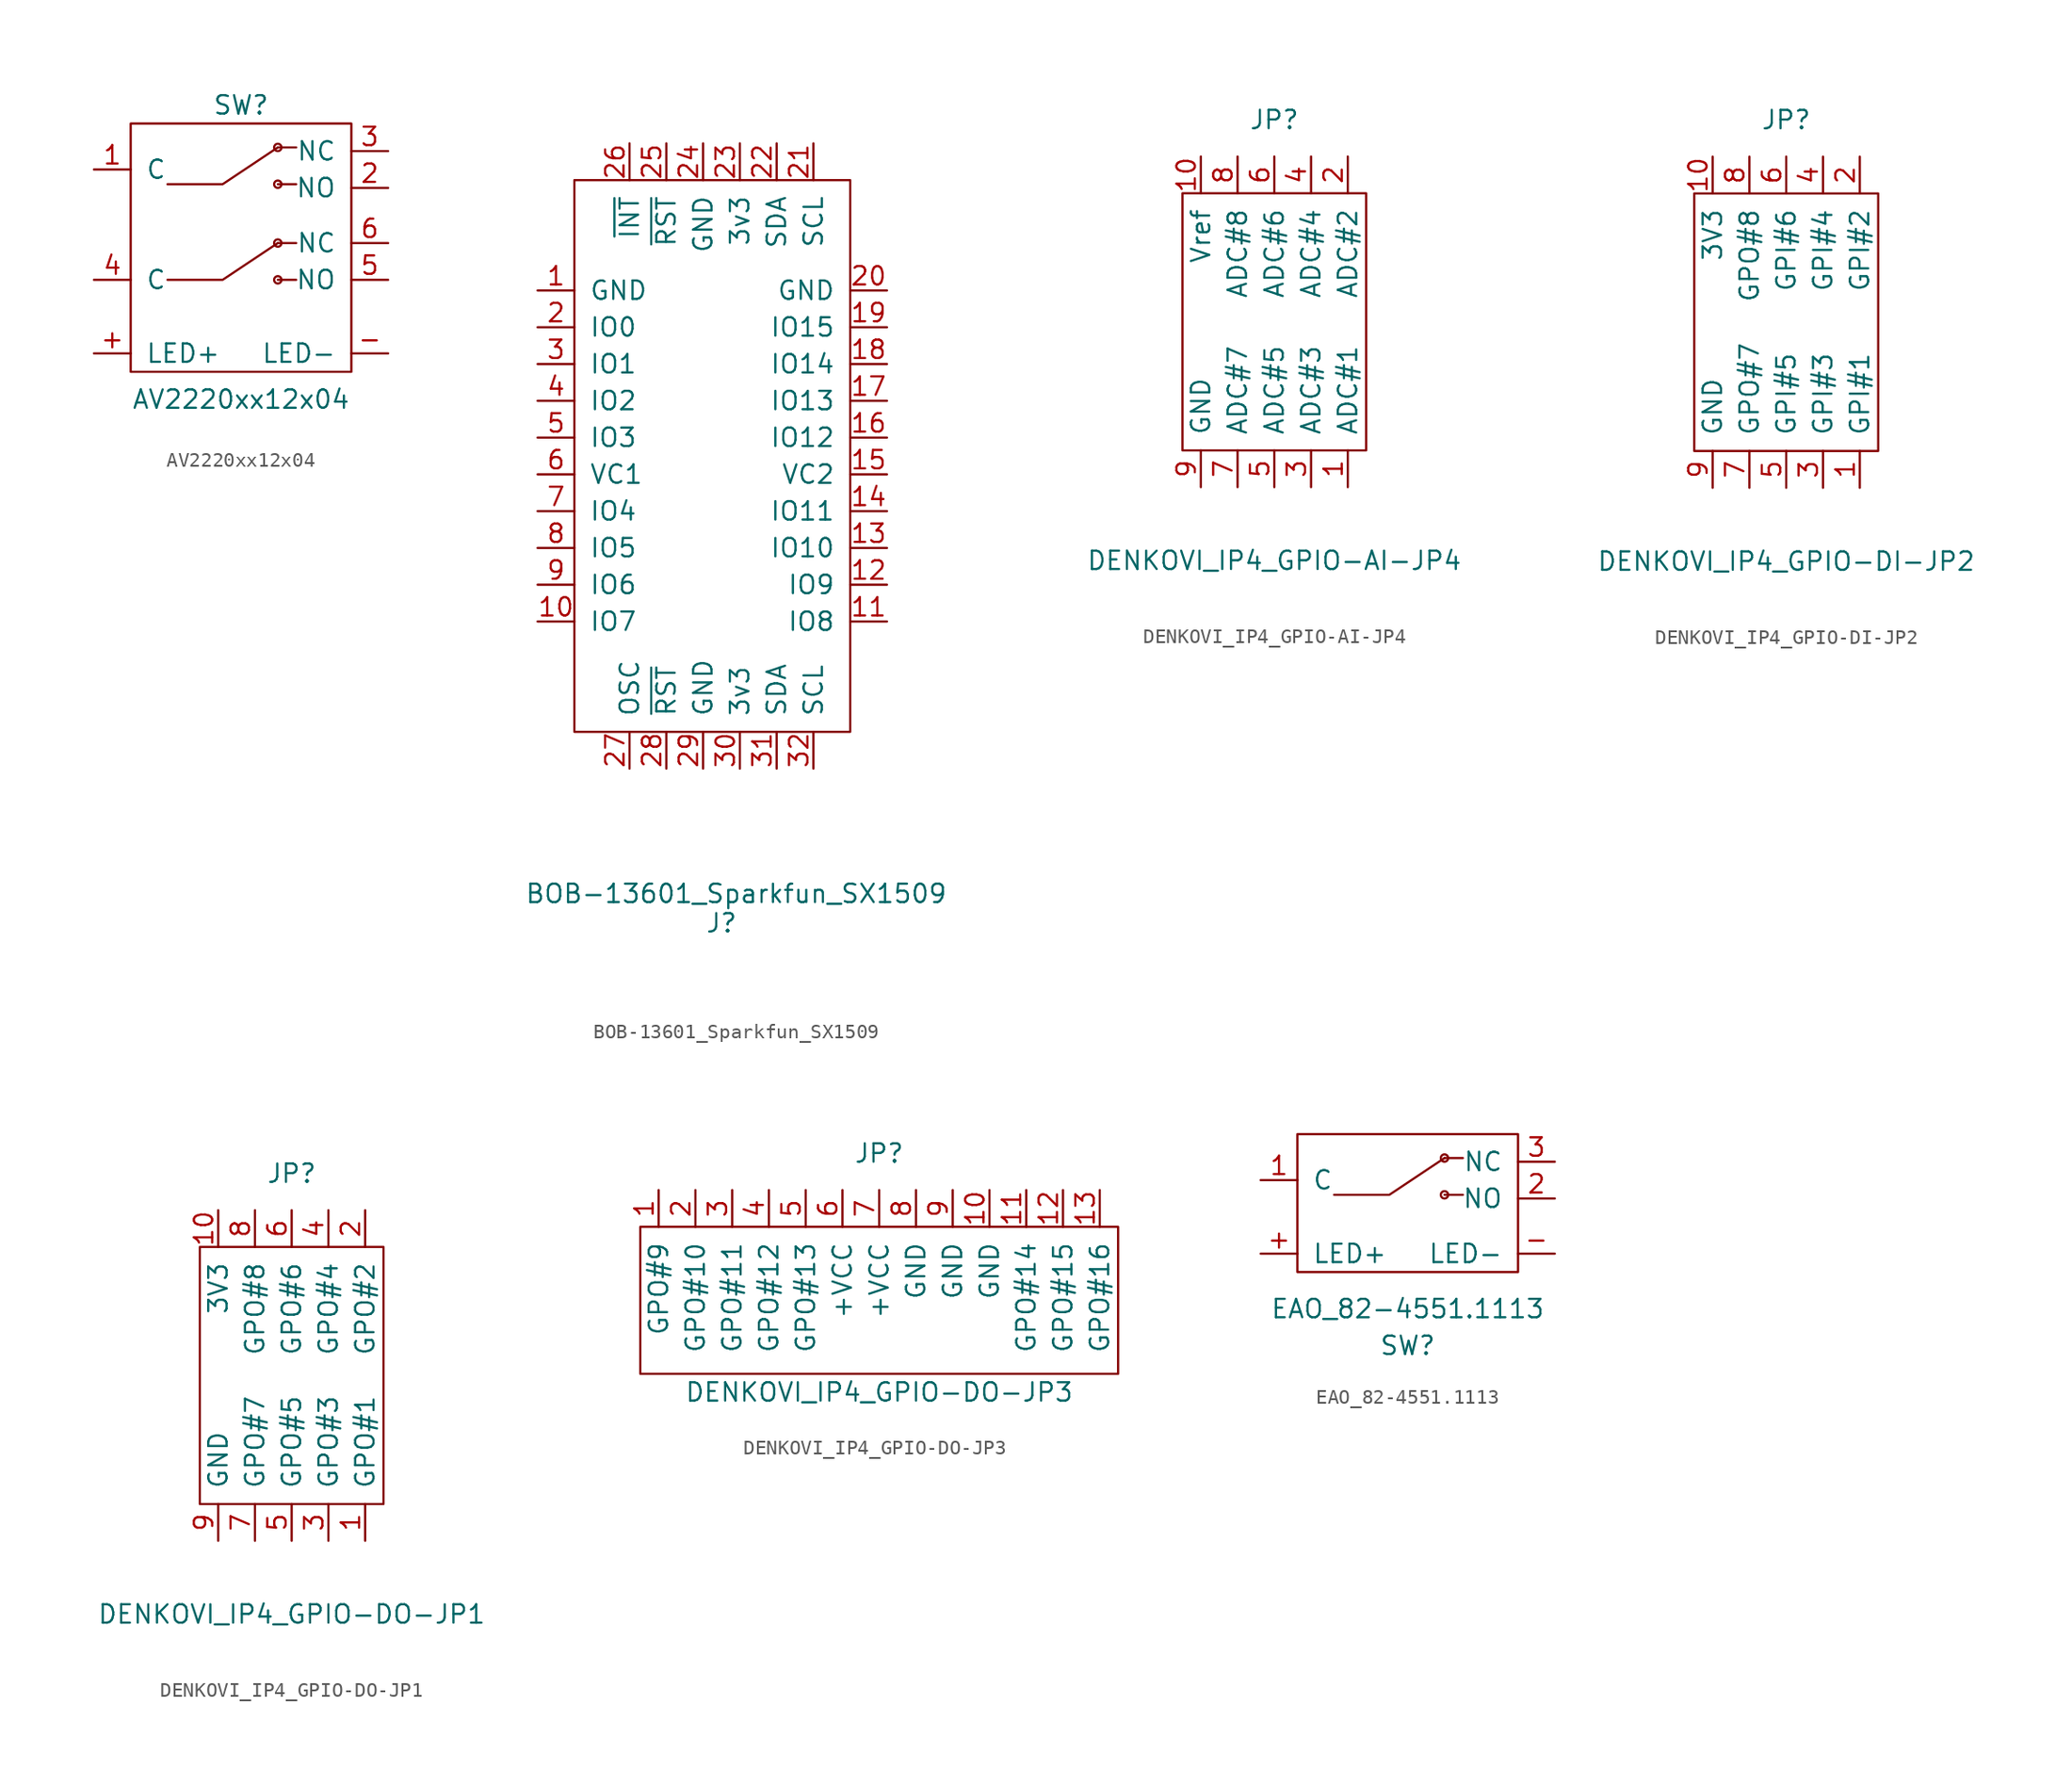
<source format=kicad_sym>
(kicad_symbol_lib
  (version 20211014)
  (generator kicad_symbol_editor)
  (symbol "AV2220xx12x04"
    (pin_names
      (offset 1.016))
    (property "Reference" "SW"
      (at 0 10.795 0)
      (effects (font (size 1.27 1.27))))
    (property "Value" "AV2220xx12x04"
      (at 0 -9.525 0)
      (effects (font (size 1.27 1.27))))
    (symbol "AV2220xx12x04_0_1"
      (rectangle (start -7.62 9.525) (end 7.62 -7.62) (stroke (width 0) (type default) (color 0 0 0 0)) (fill (type none)))
      (polyline (pts (xy 2.54 5.334) (xy 3.81 5.334)) (stroke (width 0) (type default) (color 0 0 0 0)) (fill (type none)))
      (polyline (pts (xy 2.54 7.874) (xy 3.81 7.874)) (stroke (width 0) (type default) (color 0 0 0 0)) (fill (type none)))
      (polyline (pts (xy -5.08 5.334) (xy -1.27 5.334) (xy 2.54 7.874)) (stroke (width 0) (type default) (color 0 0 0 0)) (fill (type none)))
      (circle (center 2.54 5.334) (radius 0.254) (stroke (width 0) (type default) (color 0 0 0 0)) (fill (type none)))
      (circle (center 2.54 7.874) (radius 0.254) (stroke (width 0) (type default) (color 0 0 0 0)) (fill (type none))))
    (symbol "AV2220xx12x04_1_1"
      (polyline (pts (xy 2.54 -1.27) (xy 3.81 -1.27)) (stroke (width 0) (type default) (color 0 0 0 0)) (fill (type none)))
      (polyline (pts (xy 2.54 1.27) (xy 3.81 1.27)) (stroke (width 0) (type default) (color 0 0 0 0)) (fill (type none)))
      (polyline (pts (xy -5.08 -1.27) (xy -1.27 -1.27) (xy 2.54 1.27)) (stroke (width 0) (type default) (color 0 0 0 0)) (fill (type none)))
      (circle (center 2.54 -1.27) (radius 0.254) (stroke (width 0) (type default) (color 0 0 0 0)) (fill (type none)))
      (circle (center 2.54 1.27) (radius 0.254) (stroke (width 0) (type default) (color 0 0 0 0)) (fill (type none)))
      (pin input line (at -10.16 -6.35 0) (length 2.54) (name "LED+" (effects (font (size 1.27 1.27)))) (number "+" (effects (font (size 1.27 1.27)))))
      (pin input line (at 10.16 -6.35 180) (length 2.54) (name "LED-" (effects (font (size 1.27 1.27)))) (number "-" (effects (font (size 1.27 1.27)))))
      (pin input line (at -10.16 6.35 0) (length 2.54) (name "C" (effects (font (size 1.27 1.27)))) (number "1" (effects (font (size 1.27 1.27)))))
      (pin input line (at 10.16 5.08 180) (length 2.54) (name "NO" (effects (font (size 1.27 1.27)))) (number "2" (effects (font (size 1.27 1.27)))))
      (pin input line (at 10.16 7.62 180) (length 2.54) (name "NC" (effects (font (size 1.27 1.27)))) (number "3" (effects (font (size 1.27 1.27)))))
      (pin input line (at -10.16 -1.27 0) (length 2.54) (name "C" (effects (font (size 1.27 1.27)))) (number "4" (effects (font (size 1.27 1.27)))))
      (pin input line (at 10.16 -1.27 180) (length 2.54) (name "NO" (effects (font (size 1.27 1.27)))) (number "5" (effects (font (size 1.27 1.27)))))
      (pin input line (at 10.16 1.27 180) (length 2.54) (name "NC" (effects (font (size 1.27 1.27)))) (number "6" (effects (font (size 1.27 1.27)))))))
  (symbol "BOB-13601_Sparkfun_SX1509"
    (pin_names
      (offset 1.016))
    (property "Reference" "J"
      (at 0 -32.258 0)
      (effects (font (size 1.27 1.27))))
    (property "Value" "BOB-13601_Sparkfun_SX1509"
      (at 1.016 -30.226 0)
      (effects (font (size 1.27 1.27))))
    (symbol "BOB-13601_Sparkfun_SX1509_0_1"
      (rectangle (start -10.16 19.05) (end 8.89 -19.05) (stroke (width 0) (type default) (color 0 0 0 0)) (fill (type none))))
    (symbol "BOB-13601_Sparkfun_SX1509_1_1"
      (pin input line (at -12.7 11.43 0) (length 2.54) (name "GND" (effects (font (size 1.27 1.27)))) (number "1" (effects (font (size 1.27 1.27)))))
      (pin input line (at -12.7 -11.43 0) (length 2.54) (name "IO7" (effects (font (size 1.27 1.27)))) (number "10" (effects (font (size 1.27 1.27)))))
      (pin input line (at 11.43 -11.43 180) (length 2.54) (name "IO8" (effects (font (size 1.27 1.27)))) (number "11" (effects (font (size 1.27 1.27)))))
      (pin input line (at 11.43 -8.89 180) (length 2.54) (name "IO9" (effects (font (size 1.27 1.27)))) (number "12" (effects (font (size 1.27 1.27)))))
      (pin input line (at 11.43 -6.35 180) (length 2.54) (name "IO10" (effects (font (size 1.27 1.27)))) (number "13" (effects (font (size 1.27 1.27)))))
      (pin input line (at 11.43 -3.81 180) (length 2.54) (name "IO11" (effects (font (size 1.27 1.27)))) (number "14" (effects (font (size 1.27 1.27)))))
      (pin input line (at 11.43 -1.27 180) (length 2.54) (name "VC2" (effects (font (size 1.27 1.27)))) (number "15" (effects (font (size 1.27 1.27)))))
      (pin input line (at 11.43 1.27 180) (length 2.54) (name "IO12" (effects (font (size 1.27 1.27)))) (number "16" (effects (font (size 1.27 1.27)))))
      (pin input line (at 11.43 3.81 180) (length 2.54) (name "IO13" (effects (font (size 1.27 1.27)))) (number "17" (effects (font (size 1.27 1.27)))))
      (pin input line (at 11.43 6.35 180) (length 2.54) (name "IO14" (effects (font (size 1.27 1.27)))) (number "18" (effects (font (size 1.27 1.27)))))
      (pin input line (at 11.43 8.89 180) (length 2.54) (name "IO15" (effects (font (size 1.27 1.27)))) (number "19" (effects (font (size 1.27 1.27)))))
      (pin input line (at -12.7 8.89 0) (length 2.54) (name "IO0" (effects (font (size 1.27 1.27)))) (number "2" (effects (font (size 1.27 1.27)))))
      (pin input line (at 11.43 11.43 180) (length 2.54) (name "GND" (effects (font (size 1.27 1.27)))) (number "20" (effects (font (size 1.27 1.27)))))
      (pin input line (at 6.35 21.59 270) (length 2.54) (name "SCL" (effects (font (size 1.27 1.27)))) (number "21" (effects (font (size 1.27 1.27)))))
      (pin input line (at 3.81 21.59 270) (length 2.54) (name "SDA" (effects (font (size 1.27 1.27)))) (number "22" (effects (font (size 1.27 1.27)))))
      (pin input line (at 1.27 21.59 270) (length 2.54) (name "3v3" (effects (font (size 1.27 1.27)))) (number "23" (effects (font (size 1.27 1.27)))))
      (pin input line (at -1.27 21.59 270) (length 2.54) (name "GND" (effects (font (size 1.27 1.27)))) (number "24" (effects (font (size 1.27 1.27)))))
      (pin input line (at -3.81 21.59 270) (length 2.54) (name "~{RST}" (effects (font (size 1.27 1.27)))) (number "25" (effects (font (size 1.27 1.27)))))
      (pin input line (at -6.35 21.59 270) (length 2.54) (name "~{INT}" (effects (font (size 1.27 1.27)))) (number "26" (effects (font (size 1.27 1.27)))))
      (pin input line (at -6.35 -21.59 90) (length 2.54) (name "OSC" (effects (font (size 1.27 1.27)))) (number "27" (effects (font (size 1.27 1.27)))))
      (pin input line (at -3.81 -21.59 90) (length 2.54) (name "~{RST}" (effects (font (size 1.27 1.27)))) (number "28" (effects (font (size 1.27 1.27)))))
      (pin input line (at -1.27 -21.59 90) (length 2.54) (name "GND" (effects (font (size 1.27 1.27)))) (number "29" (effects (font (size 1.27 1.27)))))
      (pin input line (at -12.7 6.35 0) (length 2.54) (name "IO1" (effects (font (size 1.27 1.27)))) (number "3" (effects (font (size 1.27 1.27)))))
      (pin input line (at 1.27 -21.59 90) (length 2.54) (name "3v3" (effects (font (size 1.27 1.27)))) (number "30" (effects (font (size 1.27 1.27)))))
      (pin input line (at 3.81 -21.59 90) (length 2.54) (name "SDA" (effects (font (size 1.27 1.27)))) (number "31" (effects (font (size 1.27 1.27)))))
      (pin input line (at 6.35 -21.59 90) (length 2.54) (name "SCL" (effects (font (size 1.27 1.27)))) (number "32" (effects (font (size 1.27 1.27)))))
      (pin input line (at -12.7 3.81 0) (length 2.54) (name "IO2" (effects (font (size 1.27 1.27)))) (number "4" (effects (font (size 1.27 1.27)))))
      (pin input line (at -12.7 1.27 0) (length 2.54) (name "IO3" (effects (font (size 1.27 1.27)))) (number "5" (effects (font (size 1.27 1.27)))))
      (pin input line (at -12.7 -1.27 0) (length 2.54) (name "VC1" (effects (font (size 1.27 1.27)))) (number "6" (effects (font (size 1.27 1.27)))))
      (pin input line (at -12.7 -3.81 0) (length 2.54) (name "IO4" (effects (font (size 1.27 1.27)))) (number "7" (effects (font (size 1.27 1.27)))))
      (pin input line (at -12.7 -6.35 0) (length 2.54) (name "IO5" (effects (font (size 1.27 1.27)))) (number "8" (effects (font (size 1.27 1.27)))))
      (pin input line (at -12.7 -8.89 0) (length 2.54) (name "IO6" (effects (font (size 1.27 1.27)))) (number "9" (effects (font (size 1.27 1.27)))))))
  (symbol "DENKOVI_IP4_GPIO-AI-JP4"
    (pin_names
      (offset 1.016))
    (property "Reference" "JP"
      (at 0 13.97 0)
      (effects (font (size 1.27 1.27))))
    (property "Value" "DENKOVI_IP4_GPIO-AI-JP4"
      (at 0 -16.51 0)
      (effects (font (size 1.27 1.27))))
    (symbol "DENKOVI_IP4_GPIO-AI-JP4_0_1"
      (rectangle (start -6.35 8.89) (end 6.35 -8.89) (stroke (width 0) (type default) (color 0 0 0 0)) (fill (type none))))
    (symbol "DENKOVI_IP4_GPIO-AI-JP4_1_1"
      (pin output line (at 5.08 -11.43 90) (length 2.54) (name "ADC#1" (effects (font (size 1.27 1.27)))) (number "1" (effects (font (size 1.27 1.27)))))
      (pin output line (at -5.08 11.43 270) (length 2.54) (name "Vref" (effects (font (size 1.27 1.27)))) (number "10" (effects (font (size 1.27 1.27)))))
      (pin output line (at 5.08 11.43 270) (length 2.54) (name "ADC#2" (effects (font (size 1.27 1.27)))) (number "2" (effects (font (size 1.27 1.27)))))
      (pin output line (at 2.54 -11.43 90) (length 2.54) (name "ADC#3" (effects (font (size 1.27 1.27)))) (number "3" (effects (font (size 1.27 1.27)))))
      (pin output line (at 2.54 11.43 270) (length 2.54) (name "ADC#4" (effects (font (size 1.27 1.27)))) (number "4" (effects (font (size 1.27 1.27)))))
      (pin output line (at 0 -11.43 90) (length 2.54) (name "ADC#5" (effects (font (size 1.27 1.27)))) (number "5" (effects (font (size 1.27 1.27)))))
      (pin output line (at 0 11.43 270) (length 2.54) (name "ADC#6" (effects (font (size 1.27 1.27)))) (number "6" (effects (font (size 1.27 1.27)))))
      (pin output line (at -2.54 -11.43 90) (length 2.54) (name "ADC#7" (effects (font (size 1.27 1.27)))) (number "7" (effects (font (size 1.27 1.27)))))
      (pin output line (at -2.54 11.43 270) (length 2.54) (name "ADC#8" (effects (font (size 1.27 1.27)))) (number "8" (effects (font (size 1.27 1.27)))))
      (pin power_in line (at -5.08 -11.43 90) (length 2.54) (name "GND" (effects (font (size 1.27 1.27)))) (number "9" (effects (font (size 1.27 1.27)))))))
  (symbol "DENKOVI_IP4_GPIO-DI-JP2"
    (pin_names
      (offset 1.016))
    (property "Reference" "JP"
      (at 0 13.97 0)
      (effects (font (size 1.27 1.27))))
    (property "Value" "DENKOVI_IP4_GPIO-DI-JP2"
      (at 0 -16.51 0)
      (effects (font (size 1.27 1.27))))
    (symbol "DENKOVI_IP4_GPIO-DI-JP2_0_1"
      (rectangle (start -6.35 8.89) (end 6.35 -8.89) (stroke (width 0) (type default) (color 0 0 0 0)) (fill (type none))))
    (symbol "DENKOVI_IP4_GPIO-DI-JP2_1_1"
      (pin output line (at 5.08 -11.43 90) (length 2.54) (name "GPI#1" (effects (font (size 1.27 1.27)))) (number "1" (effects (font (size 1.27 1.27)))))
      (pin output line (at -5.08 11.43 270) (length 2.54) (name "3V3" (effects (font (size 1.27 1.27)))) (number "10" (effects (font (size 1.27 1.27)))))
      (pin output line (at 5.08 11.43 270) (length 2.54) (name "GPI#2" (effects (font (size 1.27 1.27)))) (number "2" (effects (font (size 1.27 1.27)))))
      (pin output line (at 2.54 -11.43 90) (length 2.54) (name "GPI#3" (effects (font (size 1.27 1.27)))) (number "3" (effects (font (size 1.27 1.27)))))
      (pin output line (at 2.54 11.43 270) (length 2.54) (name "GPI#4" (effects (font (size 1.27 1.27)))) (number "4" (effects (font (size 1.27 1.27)))))
      (pin output line (at 0 -11.43 90) (length 2.54) (name "GPI#5" (effects (font (size 1.27 1.27)))) (number "5" (effects (font (size 1.27 1.27)))))
      (pin output line (at 0 11.43 270) (length 2.54) (name "GPI#6" (effects (font (size 1.27 1.27)))) (number "6" (effects (font (size 1.27 1.27)))))
      (pin output line (at -2.54 -11.43 90) (length 2.54) (name "GPO#7" (effects (font (size 1.27 1.27)))) (number "7" (effects (font (size 1.27 1.27)))))
      (pin output line (at -2.54 11.43 270) (length 2.54) (name "GPO#8" (effects (font (size 1.27 1.27)))) (number "8" (effects (font (size 1.27 1.27)))))
      (pin power_in line (at -5.08 -11.43 90) (length 2.54) (name "GND" (effects (font (size 1.27 1.27)))) (number "9" (effects (font (size 1.27 1.27)))))))
  (symbol "DENKOVI_IP4_GPIO-DO-JP1"
    (pin_names
      (offset 1.016))
    (property "Reference" "JP"
      (at 0 13.97 0)
      (effects (font (size 1.27 1.27))))
    (property "Value" "DENKOVI_IP4_GPIO-DO-JP1"
      (at 0 -16.51 0)
      (effects (font (size 1.27 1.27))))
    (symbol "DENKOVI_IP4_GPIO-DO-JP1_0_1"
      (rectangle (start -6.35 8.89) (end 6.35 -8.89) (stroke (width 0) (type default) (color 0 0 0 0)) (fill (type none))))
    (symbol "DENKOVI_IP4_GPIO-DO-JP1_1_1"
      (pin output line (at 5.08 -11.43 90) (length 2.54) (name "GPO#1" (effects (font (size 1.27 1.27)))) (number "1" (effects (font (size 1.27 1.27)))))
      (pin output line (at -5.08 11.43 270) (length 2.54) (name "3V3" (effects (font (size 1.27 1.27)))) (number "10" (effects (font (size 1.27 1.27)))))
      (pin output line (at 5.08 11.43 270) (length 2.54) (name "GPO#2" (effects (font (size 1.27 1.27)))) (number "2" (effects (font (size 1.27 1.27)))))
      (pin output line (at 2.54 -11.43 90) (length 2.54) (name "GPO#3" (effects (font (size 1.27 1.27)))) (number "3" (effects (font (size 1.27 1.27)))))
      (pin output line (at 2.54 11.43 270) (length 2.54) (name "GPO#4" (effects (font (size 1.27 1.27)))) (number "4" (effects (font (size 1.27 1.27)))))
      (pin output line (at 0 -11.43 90) (length 2.54) (name "GPO#5" (effects (font (size 1.27 1.27)))) (number "5" (effects (font (size 1.27 1.27)))))
      (pin output line (at 0 11.43 270) (length 2.54) (name "GPO#6" (effects (font (size 1.27 1.27)))) (number "6" (effects (font (size 1.27 1.27)))))
      (pin output line (at -2.54 -11.43 90) (length 2.54) (name "GPO#7" (effects (font (size 1.27 1.27)))) (number "7" (effects (font (size 1.27 1.27)))))
      (pin output line (at -2.54 11.43 270) (length 2.54) (name "GPO#8" (effects (font (size 1.27 1.27)))) (number "8" (effects (font (size 1.27 1.27)))))
      (pin power_in line (at -5.08 -11.43 90) (length 2.54) (name "GND" (effects (font (size 1.27 1.27)))) (number "9" (effects (font (size 1.27 1.27)))))))
  (symbol "DENKOVI_IP4_GPIO-DO-JP3"
    (pin_names
      (offset 1.016))
    (property "Reference" "JP"
      (at 0 6.35 0)
      (effects (font (size 1.27 1.27))))
    (property "Value" "DENKOVI_IP4_GPIO-DO-JP3"
      (at 0 -10.16 0)
      (effects (font (size 1.27 1.27))))
    (symbol "DENKOVI_IP4_GPIO-DO-JP3_0_1"
      (rectangle (start -16.51 1.27) (end 16.51 -8.89) (stroke (width 0) (type default) (color 0 0 0 0)) (fill (type none))))
    (symbol "DENKOVI_IP4_GPIO-DO-JP3_1_1"
      (pin output line (at -15.24 3.81 270) (length 2.54) (name "GPO#9" (effects (font (size 1.27 1.27)))) (number "1" (effects (font (size 1.27 1.27)))))
      (pin output line (at 7.62 3.81 270) (length 2.54) (name "GND" (effects (font (size 1.27 1.27)))) (number "10" (effects (font (size 1.27 1.27)))))
      (pin output line (at 10.16 3.81 270) (length 2.54) (name "GPO#14" (effects (font (size 1.27 1.27)))) (number "11" (effects (font (size 1.27 1.27)))))
      (pin output line (at 12.7 3.81 270) (length 2.54) (name "GPO#15" (effects (font (size 1.27 1.27)))) (number "12" (effects (font (size 1.27 1.27)))))
      (pin output line (at 15.24 3.81 270) (length 2.54) (name "GPO#16" (effects (font (size 1.27 1.27)))) (number "13" (effects (font (size 1.27 1.27)))))
      (pin output line (at -12.7 3.81 270) (length 2.54) (name "GPO#10" (effects (font (size 1.27 1.27)))) (number "2" (effects (font (size 1.27 1.27)))))
      (pin output line (at -10.16 3.81 270) (length 2.54) (name "GPO#11" (effects (font (size 1.27 1.27)))) (number "3" (effects (font (size 1.27 1.27)))))
      (pin output line (at -7.62 3.81 270) (length 2.54) (name "GPO#12" (effects (font (size 1.27 1.27)))) (number "4" (effects (font (size 1.27 1.27)))))
      (pin output line (at -5.08 3.81 270) (length 2.54) (name "GPO#13" (effects (font (size 1.27 1.27)))) (number "5" (effects (font (size 1.27 1.27)))))
      (pin output line (at -2.54 3.81 270) (length 2.54) (name "+VCC" (effects (font (size 1.27 1.27)))) (number "6" (effects (font (size 1.27 1.27)))))
      (pin output line (at 0 3.81 270) (length 2.54) (name "+VCC" (effects (font (size 1.27 1.27)))) (number "7" (effects (font (size 1.27 1.27)))))
      (pin output line (at 2.54 3.81 270) (length 2.54) (name "GND" (effects (font (size 1.27 1.27)))) (number "8" (effects (font (size 1.27 1.27)))))
      (pin output line (at 5.08 3.81 270) (length 2.54) (name "GND" (effects (font (size 1.27 1.27)))) (number "9" (effects (font (size 1.27 1.27)))))))
  (symbol "EAO_82-4551.1113"
    (pin_names
      (offset 1.016))
    (property "Reference" "SW"
      (at 0 -5.08 0)
      (effects (font (size 1.27 1.27))))
    (property "Value" "EAO_82-4551.1113"
      (at 0 -2.54 0)
      (effects (font (size 1.27 1.27))))
    (symbol "EAO_82-4551.1113_0_1"
      (rectangle (start -7.62 9.525) (end 7.62 0) (stroke (width 0) (type default) (color 0 0 0 0)) (fill (type none)))
      (polyline (pts (xy 2.54 5.334) (xy 3.81 5.334)) (stroke (width 0) (type default) (color 0 0 0 0)) (fill (type none)))
      (polyline (pts (xy 2.54 7.874) (xy 3.81 7.874)) (stroke (width 0) (type default) (color 0 0 0 0)) (fill (type none)))
      (polyline (pts (xy -5.08 5.334) (xy -1.27 5.334) (xy 2.54 7.874)) (stroke (width 0) (type default) (color 0 0 0 0)) (fill (type none)))
      (circle (center 2.54 5.334) (radius 0.254) (stroke (width 0) (type default) (color 0 0 0 0)) (fill (type none)))
      (circle (center 2.54 7.874) (radius 0.254) (stroke (width 0) (type default) (color 0 0 0 0)) (fill (type none))))
    (symbol "EAO_82-4551.1113_1_1"
      (pin input line (at -10.16 1.27 0) (length 2.54) (name "LED+" (effects (font (size 1.27 1.27)))) (number "+" (effects (font (size 1.27 1.27)))))
      (pin input line (at 10.16 1.27 180) (length 2.54) (name "LED-" (effects (font (size 1.27 1.27)))) (number "-" (effects (font (size 1.27 1.27)))))
      (pin input line (at -10.16 6.35 0) (length 2.54) (name "C" (effects (font (size 1.27 1.27)))) (number "1" (effects (font (size 1.27 1.27)))))
      (pin input line (at 10.16 5.08 180) (length 2.54) (name "NO" (effects (font (size 1.27 1.27)))) (number "2" (effects (font (size 1.27 1.27)))))
      (pin input line (at 10.16 7.62 180) (length 2.54) (name "NC" (effects (font (size 1.27 1.27)))) (number "3" (effects (font (size 1.27 1.27))))))))
</source>
